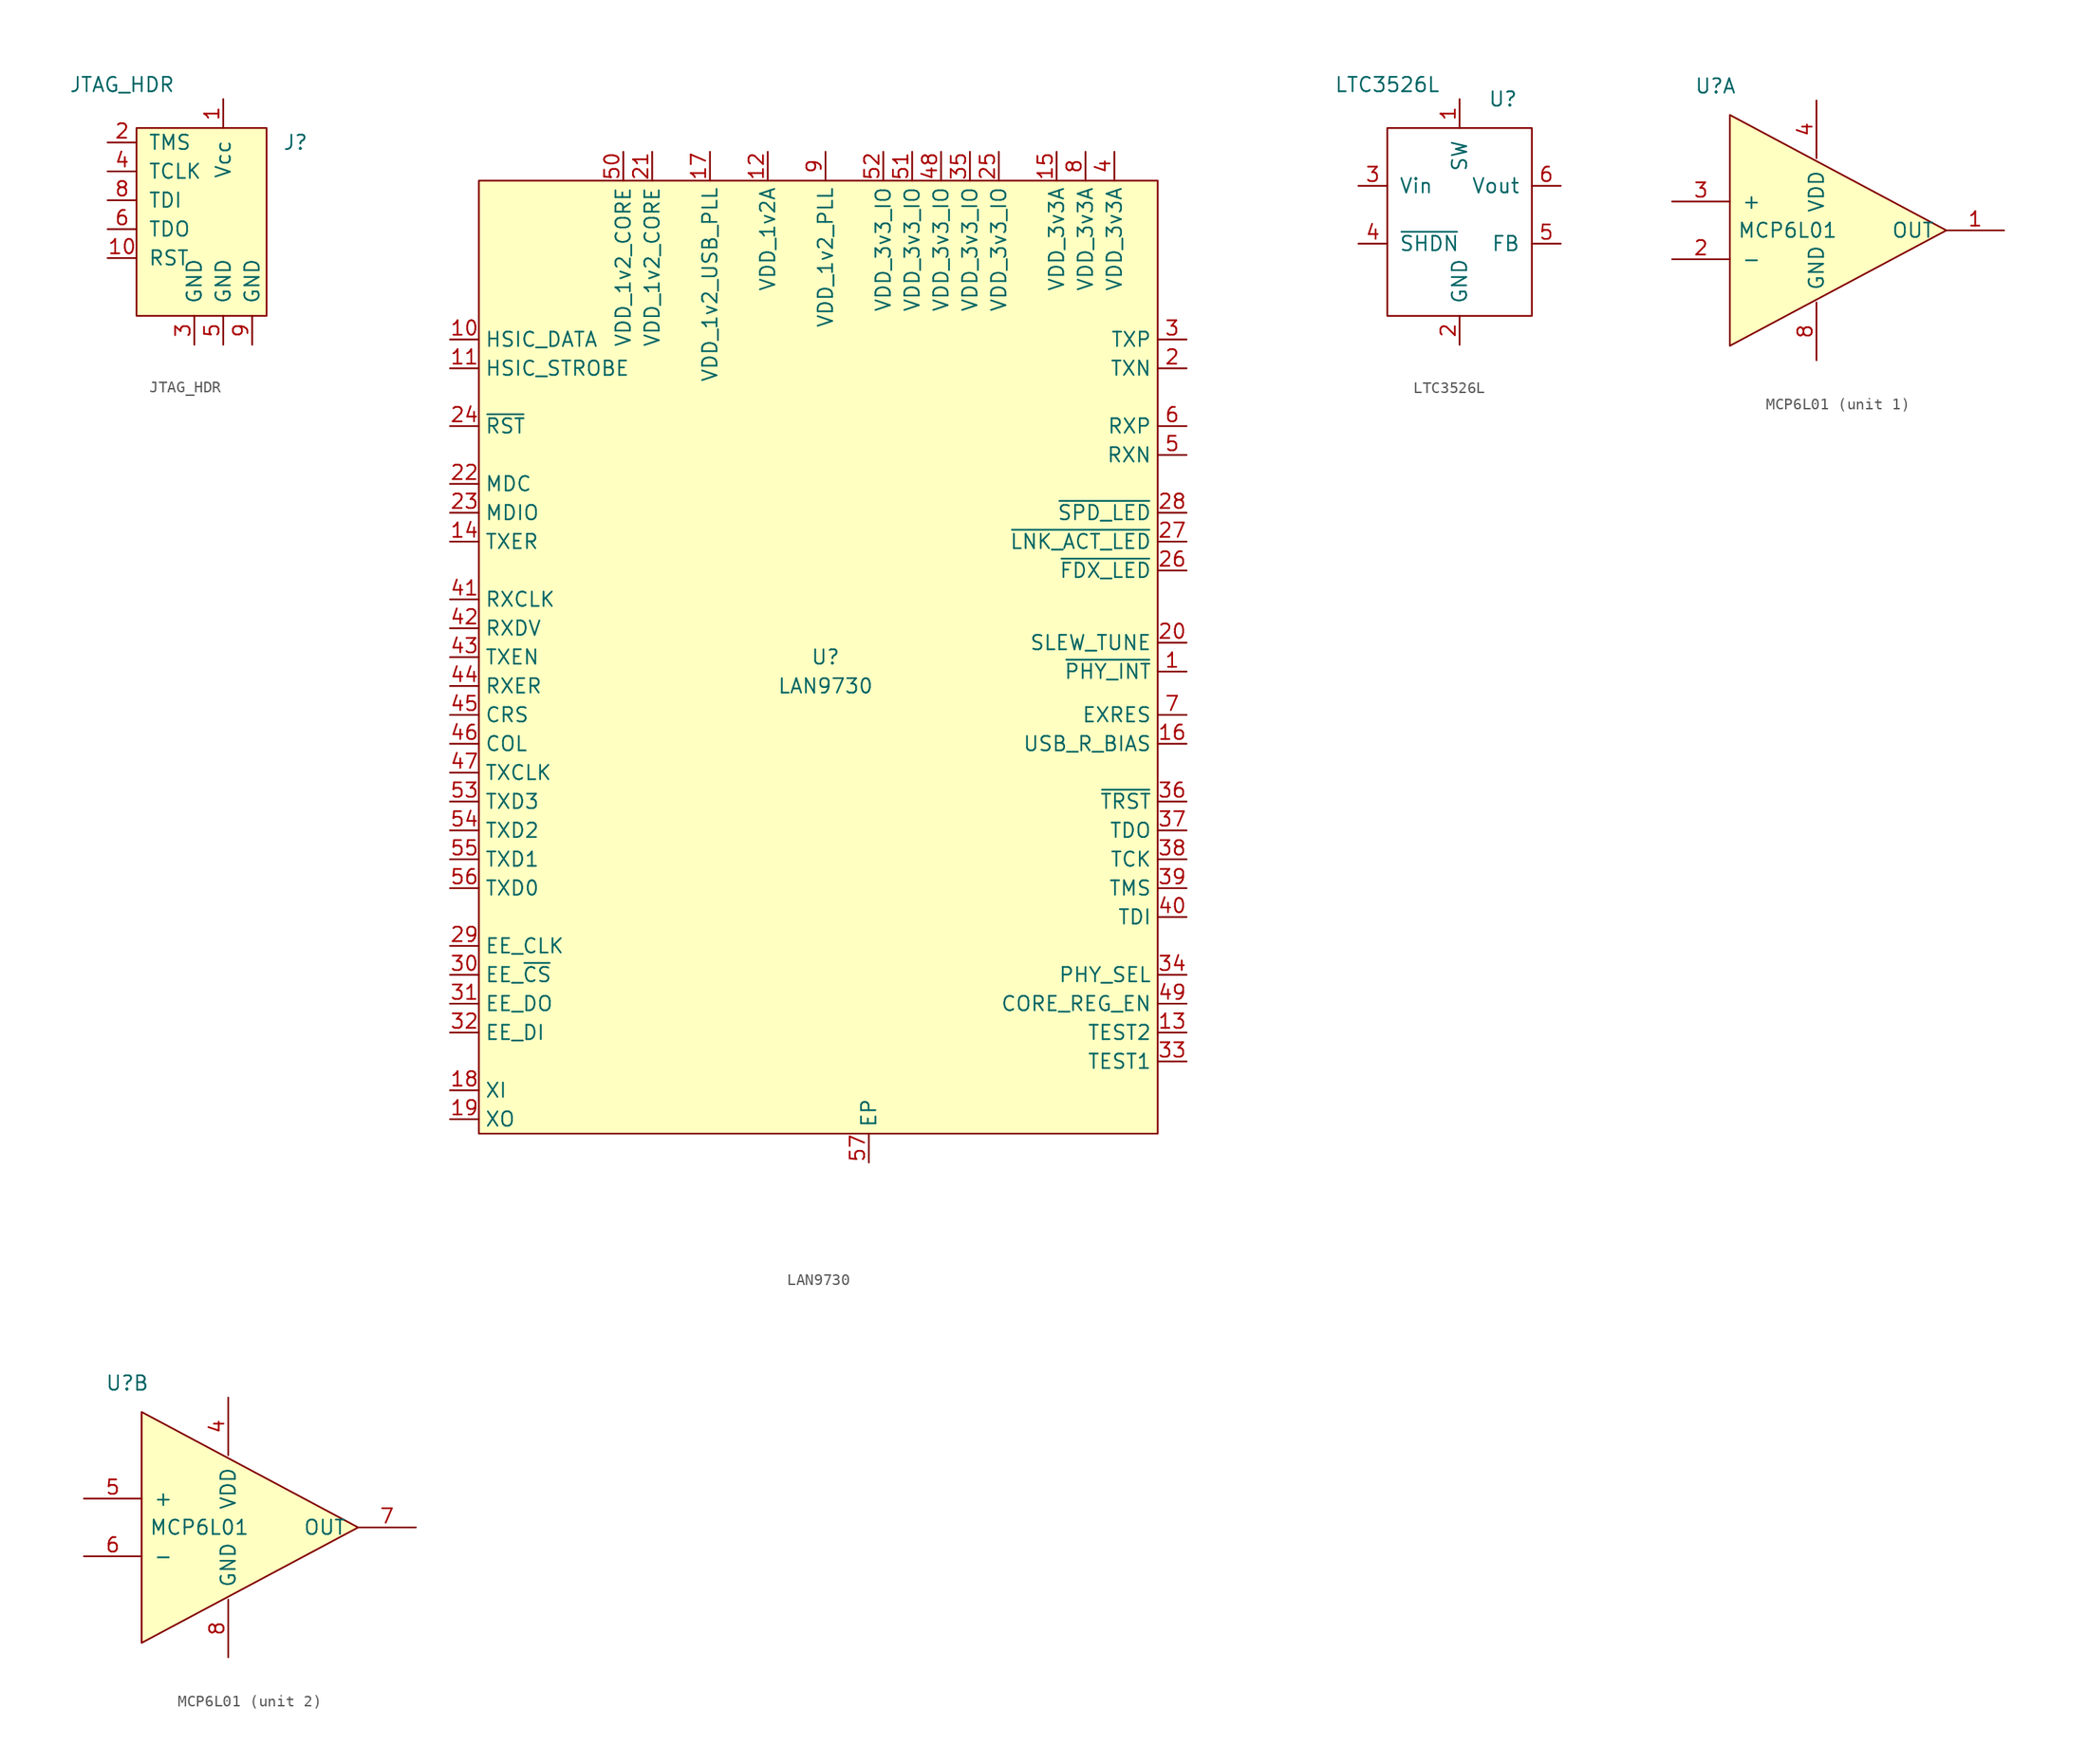
<source format=kicad_sym>
(kicad_symbol_lib
  (version 20210619)
  (generator kicad_symbol_editor)
  (symbol "Maxted Libs:JTAG_HDR"
    (pin_names
      (offset 1.016))
    (property "Reference" "J"
      (at 7.62 6.35 0)
      (effects (font (size 1.27 1.27))))
    (property "Value" "JTAG_HDR"
      (at -7.62 11.43 0)
      (effects (font (size 1.27 1.27))))
    (symbol "JTAG_HDR_0_1"
      (rectangle (start -6.35 7.62) (end 5.08 -8.89) (stroke (width 0)) (fill (type background))))
    (symbol "JTAG_HDR_1_1"
      (pin unspecified line (at 1.27 10.16 270) (length 2.54) (name "Vcc" (effects (font (size 1.27 1.27)))) (number "1" (effects (font (size 1.27 1.27)))))
      (pin unspecified line (at -8.89 -3.81 0) (length 2.54) (name "RST" (effects (font (size 1.27 1.27)))) (number "10" (effects (font (size 1.27 1.27)))))
      (pin unspecified line (at -8.89 6.35 0) (length 2.54) (name "TMS" (effects (font (size 1.27 1.27)))) (number "2" (effects (font (size 1.27 1.27)))))
      (pin unspecified line (at -1.27 -11.43 90) (length 2.54) (name "GND" (effects (font (size 1.27 1.27)))) (number "3" (effects (font (size 1.27 1.27)))))
      (pin unspecified line (at -8.89 3.81 0) (length 2.54) (name "TCLK" (effects (font (size 1.27 1.27)))) (number "4" (effects (font (size 1.27 1.27)))))
      (pin unspecified line (at 1.27 -11.43 90) (length 2.54) (name "GND" (effects (font (size 1.27 1.27)))) (number "5" (effects (font (size 1.27 1.27)))))
      (pin unspecified line (at -8.89 -1.27 0) (length 2.54) (name "TDO" (effects (font (size 1.27 1.27)))) (number "6" (effects (font (size 1.27 1.27)))))
      (pin no_connect line (at 7.62 1.27 180) (length 2.54) hide (name "NC" (effects (font (size 1.27 1.27)))) (number "7" (effects (font (size 1.27 1.27)))))
      (pin unspecified line (at -8.89 1.27 0) (length 2.54) (name "TDI" (effects (font (size 1.27 1.27)))) (number "8" (effects (font (size 1.27 1.27)))))
      (pin unspecified line (at 3.81 -11.43 90) (length 2.54) (name "GND" (effects (font (size 1.27 1.27)))) (number "9" (effects (font (size 1.27 1.27)))))))
  (symbol "Maxted Libs:LAN9730"
    (property "Reference" "U"
      (at 0 2.54 0)
      (effects (font (size 1.27 1.27))))
    (property "Value" "LAN9730"
      (at 0 0 0)
      (effects (font (size 1.27 1.27))))
    (symbol "LAN9730_0_1"
      (rectangle (start -30.48 44.45) (end 29.21 -39.37) (stroke (width 0.152)) (fill (type background))))
    (symbol "LAN9730_1_1"
      (pin passive line (at 31.75 1.27 180) (length 2.54) (name "~{PHY_INT}" (effects (font (size 1.27 1.27)))) (number "1" (effects (font (size 1.27 1.27)))))
      (pin bidirectional line (at -33.02 30.48 0) (length 2.54) (name "HSIC_DATA" (effects (font (size 1.27 1.27)))) (number "10" (effects (font (size 1.27 1.27)))))
      (pin input line (at -33.02 27.94 0) (length 2.54) (name "HSIC_STROBE" (effects (font (size 1.27 1.27)))) (number "11" (effects (font (size 1.27 1.27)))))
      (pin power_in line (at -5.08 46.99 270) (length 2.54) (name "VDD_1v2A" (effects (font (size 1.27 1.27)))) (number "12" (effects (font (size 1.27 1.27)))))
      (pin passive line (at 31.75 -30.48 180) (length 2.54) (name "TEST2" (effects (font (size 1.27 1.27)))) (number "13" (effects (font (size 1.27 1.27)))))
      (pin passive line (at -33.02 12.7 0) (length 2.54) (name "TXER" (effects (font (size 1.27 1.27)))) (number "14" (effects (font (size 1.27 1.27)))))
      (pin power_in line (at 20.32 46.99 270) (length 2.54) (name "VDD_3v3A" (effects (font (size 1.27 1.27)))) (number "15" (effects (font (size 1.27 1.27)))))
      (pin passive line (at 31.75 -5.08 180) (length 2.54) (name "USB_R_BIAS" (effects (font (size 1.27 1.27)))) (number "16" (effects (font (size 1.27 1.27)))))
      (pin power_in line (at -10.16 46.99 270) (length 2.54) (name "VDD_1v2_USB_PLL" (effects (font (size 1.27 1.27)))) (number "17" (effects (font (size 1.27 1.27)))))
      (pin passive line (at -33.02 -35.56 0) (length 2.54) (name "XI" (effects (font (size 1.27 1.27)))) (number "18" (effects (font (size 1.27 1.27)))))
      (pin passive line (at -33.02 -38.1 0) (length 2.54) (name "XO" (effects (font (size 1.27 1.27)))) (number "19" (effects (font (size 1.27 1.27)))))
      (pin output line (at 31.75 27.94 180) (length 2.54) (name "TXN" (effects (font (size 1.27 1.27)))) (number "2" (effects (font (size 1.27 1.27)))))
      (pin passive line (at 31.75 3.81 180) (length 2.54) (name "SLEW_TUNE" (effects (font (size 1.27 1.27)))) (number "20" (effects (font (size 1.27 1.27)))))
      (pin power_in line (at -15.24 46.99 270) (length 2.54) (name "VDD_1v2_CORE" (effects (font (size 1.27 1.27)))) (number "21" (effects (font (size 1.27 1.27)))))
      (pin passive line (at -33.02 17.78 0) (length 2.54) (name "MDC" (effects (font (size 1.27 1.27)))) (number "22" (effects (font (size 1.27 1.27)))) (alternate "GPIO2" bidirectional line))
      (pin passive line (at -33.02 15.24 0) (length 2.54) (name "MDIO" (effects (font (size 1.27 1.27)))) (number "23" (effects (font (size 1.27 1.27)))) (alternate "GPIO1" bidirectional line))
      (pin input line (at -33.02 22.86 0) (length 2.54) (name "~{RST}" (effects (font (size 1.27 1.27)))) (number "24" (effects (font (size 1.27 1.27)))))
      (pin power_in line (at 15.24 46.99 270) (length 2.54) (name "VDD_3v3_IO" (effects (font (size 1.27 1.27)))) (number "25" (effects (font (size 1.27 1.27)))))
      (pin output line (at 31.75 10.16 180) (length 2.54) (name "~{FDX_LED}" (effects (font (size 1.27 1.27)))) (number "26" (effects (font (size 1.27 1.27)))) (alternate "GPIO8" bidirectional line))
      (pin output line (at 31.75 12.7 180) (length 2.54) (name "~{LNK_ACT_LED}" (effects (font (size 1.27 1.27)))) (number "27" (effects (font (size 1.27 1.27)))) (alternate "GPIO9" bidirectional line))
      (pin output line (at 31.75 15.24 180) (length 2.54) (name "~{SPD_LED}" (effects (font (size 1.27 1.27)))) (number "28" (effects (font (size 1.27 1.27)))) (alternate "GPIO10" bidirectional line))
      (pin output line (at -33.02 -22.86 0) (length 2.54) (name "EE_CLK" (effects (font (size 1.27 1.27)))) (number "29" (effects (font (size 1.27 1.27)))))
      (pin output line (at 31.75 30.48 180) (length 2.54) (name "TXP" (effects (font (size 1.27 1.27)))) (number "3" (effects (font (size 1.27 1.27)))))
      (pin output line (at -33.02 -25.4 0) (length 2.54) (name "EE_~{CS}" (effects (font (size 1.27 1.27)))) (number "30" (effects (font (size 1.27 1.27)))))
      (pin output line (at -33.02 -27.94 0) (length 2.54) (name "EE_DO" (effects (font (size 1.27 1.27)))) (number "31" (effects (font (size 1.27 1.27)))) (alternate "AUTO_MDIX_EN" input line))
      (pin input line (at -33.02 -30.48 0) (length 2.54) (name "EE_DI" (effects (font (size 1.27 1.27)))) (number "32" (effects (font (size 1.27 1.27)))))
      (pin passive line (at 31.75 -33.02 180) (length 2.54) (name "TEST1" (effects (font (size 1.27 1.27)))) (number "33" (effects (font (size 1.27 1.27)))))
      (pin input line (at 31.75 -25.4 180) (length 2.54) (name "PHY_SEL" (effects (font (size 1.27 1.27)))) (number "34" (effects (font (size 1.27 1.27)))))
      (pin power_in line (at 12.7 46.99 270) (length 2.54) (name "VDD_3v3_IO" (effects (font (size 1.27 1.27)))) (number "35" (effects (font (size 1.27 1.27)))))
      (pin input line (at 31.75 -10.16 180) (length 2.54) (name "~{TRST}" (effects (font (size 1.27 1.27)))) (number "36" (effects (font (size 1.27 1.27)))) (alternate "RXD0" input line))
      (pin output line (at 31.75 -12.7 180) (length 2.54) (name "TDO" (effects (font (size 1.27 1.27)))) (number "37" (effects (font (size 1.27 1.27)))) (alternate "~{PHY_RST}" input line))
      (pin input line (at 31.75 -15.24 180) (length 2.54) (name "TCK" (effects (font (size 1.27 1.27)))) (number "38" (effects (font (size 1.27 1.27)))) (alternate "RXD1" input line))
      (pin input line (at 31.75 -17.78 180) (length 2.54) (name "TMS" (effects (font (size 1.27 1.27)))) (number "39" (effects (font (size 1.27 1.27)))) (alternate "RXD2" input line))
      (pin power_in line (at 25.4 46.99 270) (length 2.54) (name "VDD_3v3A" (effects (font (size 1.27 1.27)))) (number "4" (effects (font (size 1.27 1.27)))))
      (pin input line (at 31.75 -20.32 180) (length 2.54) (name "TDI" (effects (font (size 1.27 1.27)))) (number "40" (effects (font (size 1.27 1.27)))) (alternate "RXD3" input line))
      (pin bidirectional line (at -33.02 7.62 0) (length 2.54) (name "RXCLK" (effects (font (size 1.27 1.27)))) (number "41" (effects (font (size 1.27 1.27)))))
      (pin bidirectional line (at -33.02 5.08 0) (length 2.54) (name "RXDV" (effects (font (size 1.27 1.27)))) (number "42" (effects (font (size 1.27 1.27)))))
      (pin bidirectional line (at -33.02 2.54 0) (length 2.54) (name "TXEN" (effects (font (size 1.27 1.27)))) (number "43" (effects (font (size 1.27 1.27)))))
      (pin bidirectional line (at -33.02 0 0) (length 2.54) (name "RXER" (effects (font (size 1.27 1.27)))) (number "44" (effects (font (size 1.27 1.27)))))
      (pin bidirectional line (at -33.02 -2.54 0) (length 2.54) (name "CRS" (effects (font (size 1.27 1.27)))) (number "45" (effects (font (size 1.27 1.27)))) (alternate "GPIO3" bidirectional line))
      (pin bidirectional line (at -33.02 -5.08 0) (length 2.54) (name "COL" (effects (font (size 1.27 1.27)))) (number "46" (effects (font (size 1.27 1.27)))) (alternate "GPIO0" bidirectional line))
      (pin bidirectional line (at -33.02 -7.62 0) (length 2.54) (name "TXCLK" (effects (font (size 1.27 1.27)))) (number "47" (effects (font (size 1.27 1.27)))))
      (pin power_in line (at 10.16 46.99 270) (length 2.54) (name "VDD_3v3_IO" (effects (font (size 1.27 1.27)))) (number "48" (effects (font (size 1.27 1.27)))))
      (pin input line (at 31.75 -27.94 180) (length 2.54) (name "CORE_REG_EN" (effects (font (size 1.27 1.27)))) (number "49" (effects (font (size 1.27 1.27)))))
      (pin input line (at 31.75 20.32 180) (length 2.54) (name "RXN" (effects (font (size 1.27 1.27)))) (number "5" (effects (font (size 1.27 1.27)))))
      (pin power_out line (at -17.78 46.99 270) (length 2.54) (name "VDD_1v2_CORE" (effects (font (size 1.27 1.27)))) (number "50" (effects (font (size 1.27 1.27)))))
      (pin power_in line (at 7.62 46.99 270) (length 2.54) (name "VDD_3v3_IO" (effects (font (size 1.27 1.27)))) (number "51" (effects (font (size 1.27 1.27)))))
      (pin power_in line (at 5.08 46.99 270) (length 2.54) (name "VDD_3v3_IO" (effects (font (size 1.27 1.27)))) (number "52" (effects (font (size 1.27 1.27)))))
      (pin bidirectional line (at -33.02 -10.16 0) (length 2.54) (name "TXD3" (effects (font (size 1.27 1.27)))) (number "53" (effects (font (size 1.27 1.27)))) (alternate "50_DRIVER_EN" bidirectional line) (alternate "GPIO7" bidirectional line))
      (pin bidirectional line (at -33.02 -12.7 0) (length 2.54) (name "TXD2" (effects (font (size 1.27 1.27)))) (number "54" (effects (font (size 1.27 1.27)))) (alternate "GPIO6" bidirectional line) (alternate "PORT_SWAP" input line))
      (pin bidirectional line (at -33.02 -15.24 0) (length 2.54) (name "TXD1" (effects (font (size 1.27 1.27)))) (number "55" (effects (font (size 1.27 1.27)))) (alternate "GPIO5" bidirectional line) (alternate "RMT_WKP" input line))
      (pin bidirectional line (at -33.02 -17.78 0) (length 2.54) (name "TXD0" (effects (font (size 1.27 1.27)))) (number "56" (effects (font (size 1.27 1.27)))) (alternate "EEP_DISABLE" input line) (alternate "GPIO4" bidirectional line))
      (pin power_in line (at 3.81 -41.91 90) (length 2.54) (name "EP" (effects (font (size 1.27 1.27)))) (number "57" (effects (font (size 1.27 1.27)))))
      (pin input line (at 31.75 22.86 180) (length 2.54) (name "RXP" (effects (font (size 1.27 1.27)))) (number "6" (effects (font (size 1.27 1.27)))))
      (pin passive line (at 31.75 -2.54 180) (length 2.54) (name "EXRES" (effects (font (size 1.27 1.27)))) (number "7" (effects (font (size 1.27 1.27)))))
      (pin power_in line (at 22.86 46.99 270) (length 2.54) (name "VDD_3v3A" (effects (font (size 1.27 1.27)))) (number "8" (effects (font (size 1.27 1.27)))))
      (pin power_in line (at 0 46.99 270) (length 2.54) (name "VDD_1v2_PLL" (effects (font (size 1.27 1.27)))) (number "9" (effects (font (size 1.27 1.27)))))))
  (symbol "Maxted Libs:LTC3526L"
    (pin_names
      (offset 1.016))
    (property "Reference" "U"
      (at 3.81 10.16 0)
      (effects (font (size 1.27 1.27))))
    (property "Value" "LTC3526L"
      (at -6.35 11.43 0)
      (effects (font (size 1.27 1.27))))
    (symbol "LTC3526L_0_1"
      (rectangle (start -6.35 -8.89) (end 6.35 7.62) (stroke (width 0)) (fill (type none))))
    (symbol "LTC3526L_1_1"
      (pin bidirectional line (at 0 10.16 270) (length 2.54) (name "SW" (effects (font (size 1.27 1.27)))) (number "1" (effects (font (size 1.27 1.27)))))
      (pin power_in line (at 0 -11.43 90) (length 2.54) (name "GND" (effects (font (size 1.27 1.27)))) (number "2" (effects (font (size 1.27 1.27)))))
      (pin power_in line (at -8.89 2.54 0) (length 2.54) (name "Vin" (effects (font (size 1.27 1.27)))) (number "3" (effects (font (size 1.27 1.27)))))
      (pin input line (at -8.89 -2.54 0) (length 2.54) (name "~{SHDN}" (effects (font (size 1.27 1.27)))) (number "4" (effects (font (size 1.27 1.27)))))
      (pin input line (at 8.89 -2.54 180) (length 2.54) (name "FB" (effects (font (size 1.27 1.27)))) (number "5" (effects (font (size 1.27 1.27)))))
      (pin power_out line (at 8.89 2.54 180) (length 2.54) (name "Vout" (effects (font (size 1.27 1.27)))) (number "6" (effects (font (size 1.27 1.27)))))
      (pin passive line (at 0 -11.43 90) (length 2.54) hide (name "GND" (effects (font (size 1.27 1.27)))) (number "7" (effects (font (size 1.27 1.27)))))))
  (symbol "Maxted Libs:MCP6L01"
    (pin_names
      (offset 1.016))
    (property "Reference" "U"
      (at -8.89 12.7 0)
      (effects (font (size 1.27 1.27))))
    (property "Value" "MCP6L01"
      (at -2.54 0 0)
      (effects (font (size 1.27 1.27))))
    (symbol "MCP6L01_0_1"
      (polyline (pts (xy -7.62 -10.16) (xy 11.43 0) (xy -7.62 10.16) (xy -7.62 -10.16)) (stroke (width 0)) (fill (type background)))
      (pin power_in line (at 0 11.43 270) (length 5.08) (name "VDD" (effects (font (size 1.27 1.27)))) (number "4" (effects (font (size 1.27 1.27)))))
      (pin power_in line (at 0 -11.43 90) (length 5.08) (name "GND" (effects (font (size 1.27 1.27)))) (number "8" (effects (font (size 1.27 1.27))))))
    (symbol "MCP6L01_1_1"
      (pin output line (at 16.51 0 180) (length 5.08) (name "OUT" (effects (font (size 1.27 1.27)))) (number "1" (effects (font (size 1.27 1.27)))))
      (pin input line (at -12.7 -2.54 0) (length 5.08) (name "-" (effects (font (size 1.27 1.27)))) (number "2" (effects (font (size 1.27 1.27)))))
      (pin input line (at -12.7 2.54 0) (length 5.08) (name "+" (effects (font (size 1.27 1.27)))) (number "3" (effects (font (size 1.27 1.27))))))
    (symbol "MCP6L01_2_1"
      (pin input line (at -12.7 2.54 0) (length 5.08) (name "+" (effects (font (size 1.27 1.27)))) (number "5" (effects (font (size 1.27 1.27)))))
      (pin input line (at -12.7 -2.54 0) (length 5.08) (name "-" (effects (font (size 1.27 1.27)))) (number "6" (effects (font (size 1.27 1.27)))))
      (pin output line (at 16.51 0 180) (length 5.08) (name "OUT" (effects (font (size 1.27 1.27)))) (number "7" (effects (font (size 1.27 1.27))))))))
</source>
